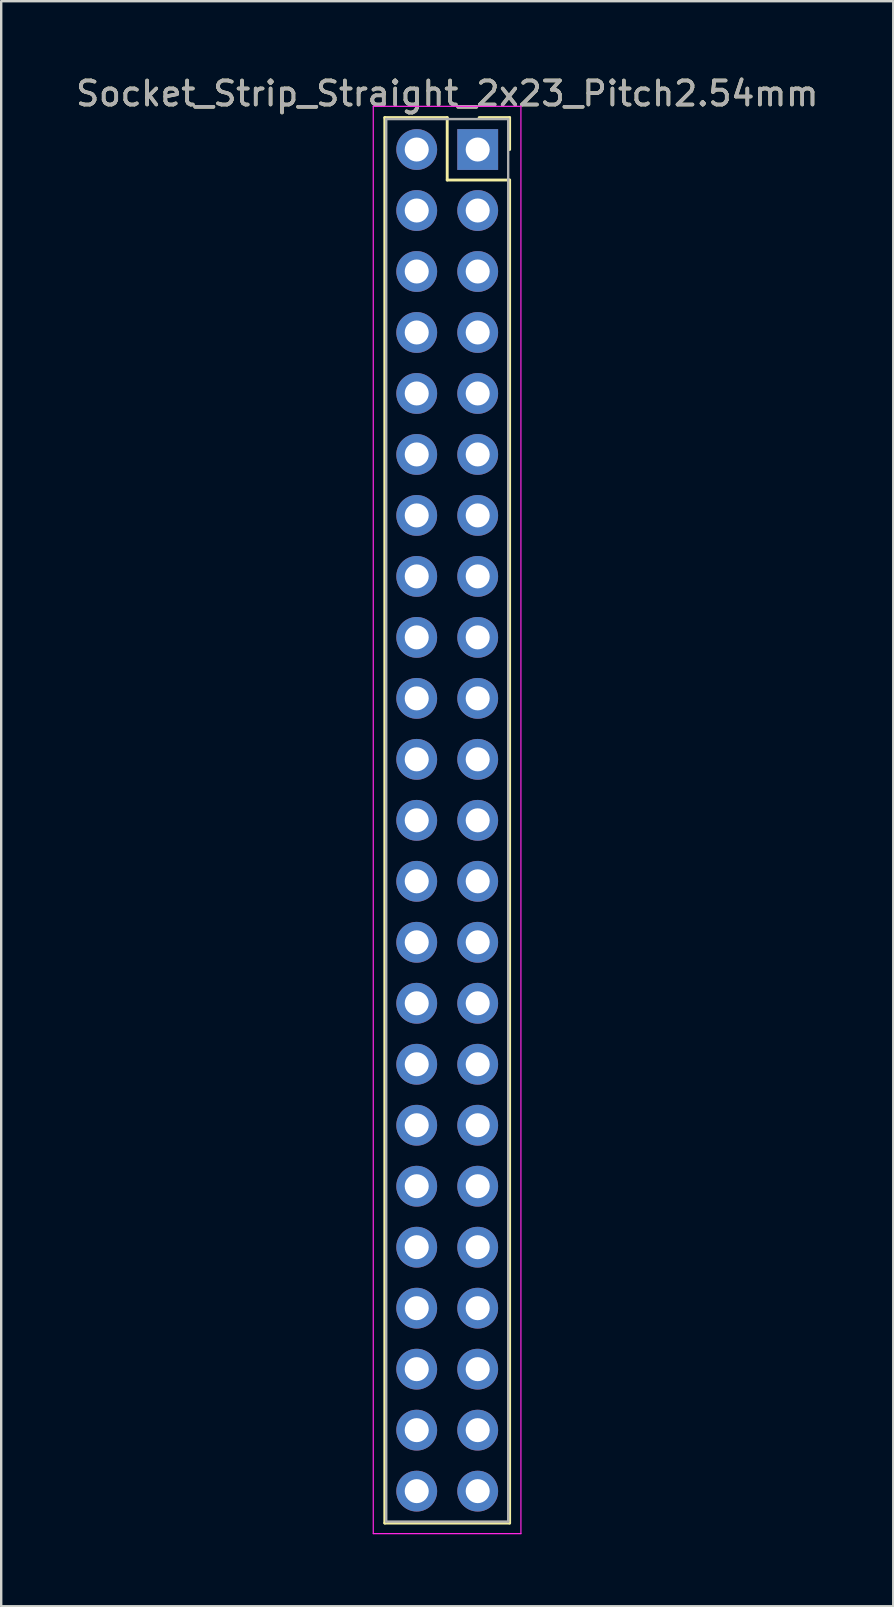
<source format=kicad_pcb>
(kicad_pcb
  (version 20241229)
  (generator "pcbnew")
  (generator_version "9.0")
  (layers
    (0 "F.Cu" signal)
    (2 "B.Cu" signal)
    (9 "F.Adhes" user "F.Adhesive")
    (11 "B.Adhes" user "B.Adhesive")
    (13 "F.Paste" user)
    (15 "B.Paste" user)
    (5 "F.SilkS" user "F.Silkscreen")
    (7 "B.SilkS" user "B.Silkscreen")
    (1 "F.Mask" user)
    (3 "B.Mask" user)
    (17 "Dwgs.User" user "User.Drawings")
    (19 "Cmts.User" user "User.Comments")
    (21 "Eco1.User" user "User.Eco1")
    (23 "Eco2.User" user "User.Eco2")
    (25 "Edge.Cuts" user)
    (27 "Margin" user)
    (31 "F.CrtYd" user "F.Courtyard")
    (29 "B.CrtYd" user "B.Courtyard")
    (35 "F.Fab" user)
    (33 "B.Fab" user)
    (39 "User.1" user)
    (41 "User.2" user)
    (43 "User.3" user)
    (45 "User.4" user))
  (footprint "Socket_Strip_Straight_2x23_Pitch2.54mm"
    (layer "F.Cu")
    (at 16.847 3.178)
    (property "Reference" "Socket_Strip_Straight_2x23_Pitch2.54mm" (at -1.27 -2.33 0) (layer "F.SilkS") (effects (font (size 1 1) (thickness 0.15))))
    (attr through_hole)
    (fp_line (start -3.87 -1.33) (end -1.27 -1.33) (stroke (width 0.12) (type solid)) (layer "F.SilkS"))
    (fp_line (start -3.87 57.21) (end -3.87 -1.33) (stroke (width 0.12) (type solid)) (layer "F.SilkS"))
    (fp_line (start -1.27 -1.33) (end -1.27 1.27) (stroke (width 0.12) (type solid)) (layer "F.SilkS"))
    (fp_line (start -1.27 1.27) (end 1.33 1.27) (stroke (width 0.12) (type solid)) (layer "F.SilkS"))
    (fp_line (start 1.33 -1.33) (end 0.06 -1.33) (stroke (width 0.12) (type solid)) (layer "F.SilkS"))
    (fp_line (start 1.33 0) (end 1.33 -1.33) (stroke (width 0.12) (type solid)) (layer "F.SilkS"))
    (fp_line (start 1.33 1.27) (end 1.33 57.21) (stroke (width 0.12) (type solid)) (layer "F.SilkS"))
    (fp_line (start 1.33 57.21) (end -3.87 57.21) (stroke (width 0.12) (type solid)) (layer "F.SilkS"))
    (fp_line (start -4.35 -1.8) (end -4.35 57.65) (stroke (width 0.05) (type solid)) (layer "F.CrtYd"))
    (fp_line (start -4.35 57.65) (end 1.8 57.65) (stroke (width 0.05) (type solid)) (layer "F.CrtYd"))
    (fp_line (start 1.8 -1.8) (end -4.35 -1.8) (stroke (width 0.05) (type solid)) (layer "F.CrtYd"))
    (fp_line (start 1.8 57.65) (end 1.8 -1.8) (stroke (width 0.05) (type solid)) (layer "F.CrtYd"))
    (fp_line (start -3.81 -1.27) (end -3.81 57.15) (stroke (width 0.1) (type solid)) (layer "F.Fab"))
    (fp_line (start -3.81 57.15) (end 1.27 57.15) (stroke (width 0.1) (type solid)) (layer "F.Fab"))
    (fp_line (start 1.27 -1.27) (end -3.81 -1.27) (stroke (width 0.1) (type solid)) (layer "F.Fab"))
    (fp_line (start 1.27 57.15) (end 1.27 -1.27) (stroke (width 0.1) (type solid)) (layer "F.Fab"))
    (fp_text user "${REFERENCE}" (at -1.27 -2.33 0) (layer "F.Fab") (effects (font (size 1 1) (thickness 0.15))))
    (pad "1" thru_hole rect (at 0 0) (size 1.7 1.7) (drill 1) (layers "*.Cu" "*.Mask"))
    (pad "2" thru_hole oval (at -2.54 0) (size 1.7 1.7) (drill 1) (layers "*.Cu" "*.Mask"))
    (pad "3" thru_hole oval (at 0 2.54) (size 1.7 1.7) (drill 1) (layers "*.Cu" "*.Mask"))
    (pad "4" thru_hole oval (at -2.54 2.54) (size 1.7 1.7) (drill 1) (layers "*.Cu" "*.Mask"))
    (pad "5" thru_hole oval (at 0 5.08) (size 1.7 1.7) (drill 1) (layers "*.Cu" "*.Mask"))
    (pad "6" thru_hole oval (at -2.54 5.08) (size 1.7 1.7) (drill 1) (layers "*.Cu" "*.Mask"))
    (pad "7" thru_hole oval (at 0 7.62) (size 1.7 1.7) (drill 1) (layers "*.Cu" "*.Mask"))
    (pad "8" thru_hole oval (at -2.54 7.62) (size 1.7 1.7) (drill 1) (layers "*.Cu" "*.Mask"))
    (pad "9" thru_hole oval (at 0 10.16) (size 1.7 1.7) (drill 1) (layers "*.Cu" "*.Mask"))
    (pad "10" thru_hole oval (at -2.54 10.16) (size 1.7 1.7) (drill 1) (layers "*.Cu" "*.Mask"))
    (pad "11" thru_hole oval (at 0 12.7) (size 1.7 1.7) (drill 1) (layers "*.Cu" "*.Mask"))
    (pad "12" thru_hole oval (at -2.54 12.7) (size 1.7 1.7) (drill 1) (layers "*.Cu" "*.Mask"))
    (pad "13" thru_hole oval (at 0 15.24) (size 1.7 1.7) (drill 1) (layers "*.Cu" "*.Mask"))
    (pad "14" thru_hole oval (at -2.54 15.24) (size 1.7 1.7) (drill 1) (layers "*.Cu" "*.Mask"))
    (pad "15" thru_hole oval (at 0 17.78) (size 1.7 1.7) (drill 1) (layers "*.Cu" "*.Mask"))
    (pad "16" thru_hole oval (at -2.54 17.78) (size 1.7 1.7) (drill 1) (layers "*.Cu" "*.Mask"))
    (pad "17" thru_hole oval (at 0 20.32) (size 1.7 1.7) (drill 1) (layers "*.Cu" "*.Mask"))
    (pad "18" thru_hole oval (at -2.54 20.32) (size 1.7 1.7) (drill 1) (layers "*.Cu" "*.Mask"))
    (pad "19" thru_hole oval (at 0 22.86) (size 1.7 1.7) (drill 1) (layers "*.Cu" "*.Mask"))
    (pad "20" thru_hole oval (at -2.54 22.86) (size 1.7 1.7) (drill 1) (layers "*.Cu" "*.Mask"))
    (pad "21" thru_hole oval (at 0 25.4) (size 1.7 1.7) (drill 1) (layers "*.Cu" "*.Mask"))
    (pad "22" thru_hole oval (at -2.54 25.4) (size 1.7 1.7) (drill 1) (layers "*.Cu" "*.Mask"))
    (pad "23" thru_hole oval (at 0 27.94) (size 1.7 1.7) (drill 1) (layers "*.Cu" "*.Mask"))
    (pad "24" thru_hole oval (at -2.54 27.94) (size 1.7 1.7) (drill 1) (layers "*.Cu" "*.Mask"))
    (pad "25" thru_hole oval (at 0 30.48) (size 1.7 1.7) (drill 1) (layers "*.Cu" "*.Mask"))
    (pad "26" thru_hole oval (at -2.54 30.48) (size 1.7 1.7) (drill 1) (layers "*.Cu" "*.Mask"))
    (pad "27" thru_hole oval (at 0 33.02) (size 1.7 1.7) (drill 1) (layers "*.Cu" "*.Mask"))
    (pad "28" thru_hole oval (at -2.54 33.02) (size 1.7 1.7) (drill 1) (layers "*.Cu" "*.Mask"))
    (pad "29" thru_hole oval (at 0 35.56) (size 1.7 1.7) (drill 1) (layers "*.Cu" "*.Mask"))
    (pad "30" thru_hole oval (at -2.54 35.56) (size 1.7 1.7) (drill 1) (layers "*.Cu" "*.Mask"))
    (pad "31" thru_hole oval (at 0 38.1) (size 1.7 1.7) (drill 1) (layers "*.Cu" "*.Mask"))
    (pad "32" thru_hole oval (at -2.54 38.1) (size 1.7 1.7) (drill 1) (layers "*.Cu" "*.Mask"))
    (pad "33" thru_hole oval (at 0 40.64) (size 1.7 1.7) (drill 1) (layers "*.Cu" "*.Mask"))
    (pad "34" thru_hole oval (at -2.54 40.64) (size 1.7 1.7) (drill 1) (layers "*.Cu" "*.Mask"))
    (pad "35" thru_hole oval (at 0 43.18) (size 1.7 1.7) (drill 1) (layers "*.Cu" "*.Mask"))
    (pad "36" thru_hole oval (at -2.54 43.18) (size 1.7 1.7) (drill 1) (layers "*.Cu" "*.Mask"))
    (pad "37" thru_hole oval (at 0 45.72) (size 1.7 1.7) (drill 1) (layers "*.Cu" "*.Mask"))
    (pad "38" thru_hole oval (at -2.54 45.72) (size 1.7 1.7) (drill 1) (layers "*.Cu" "*.Mask"))
    (pad "39" thru_hole oval (at 0 48.26) (size 1.7 1.7) (drill 1) (layers "*.Cu" "*.Mask"))
    (pad "40" thru_hole oval (at -2.54 48.26) (size 1.7 1.7) (drill 1) (layers "*.Cu" "*.Mask"))
    (pad "41" thru_hole oval (at 0 50.8) (size 1.7 1.7) (drill 1) (layers "*.Cu" "*.Mask"))
    (pad "42" thru_hole oval (at -2.54 50.8) (size 1.7 1.7) (drill 1) (layers "*.Cu" "*.Mask"))
    (pad "43" thru_hole oval (at 0 53.34) (size 1.7 1.7) (drill 1) (layers "*.Cu" "*.Mask"))
    (pad "44" thru_hole oval (at -2.54 53.34) (size 1.7 1.7) (drill 1) (layers "*.Cu" "*.Mask"))
    (pad "45" thru_hole oval (at 0 55.88) (size 1.7 1.7) (drill 1) (layers "*.Cu" "*.Mask"))
    (pad "46" thru_hole oval (at -2.54 55.88) (size 1.7 1.7) (drill 1) (layers "*.Cu" "*.Mask")))
  (gr_rect
    (start -3 -3)
    (end 34.155 63.853)
    (stroke (width 0.1) (type default))
    (fill no)
    (layer "Edge.Cuts")))
</source>
